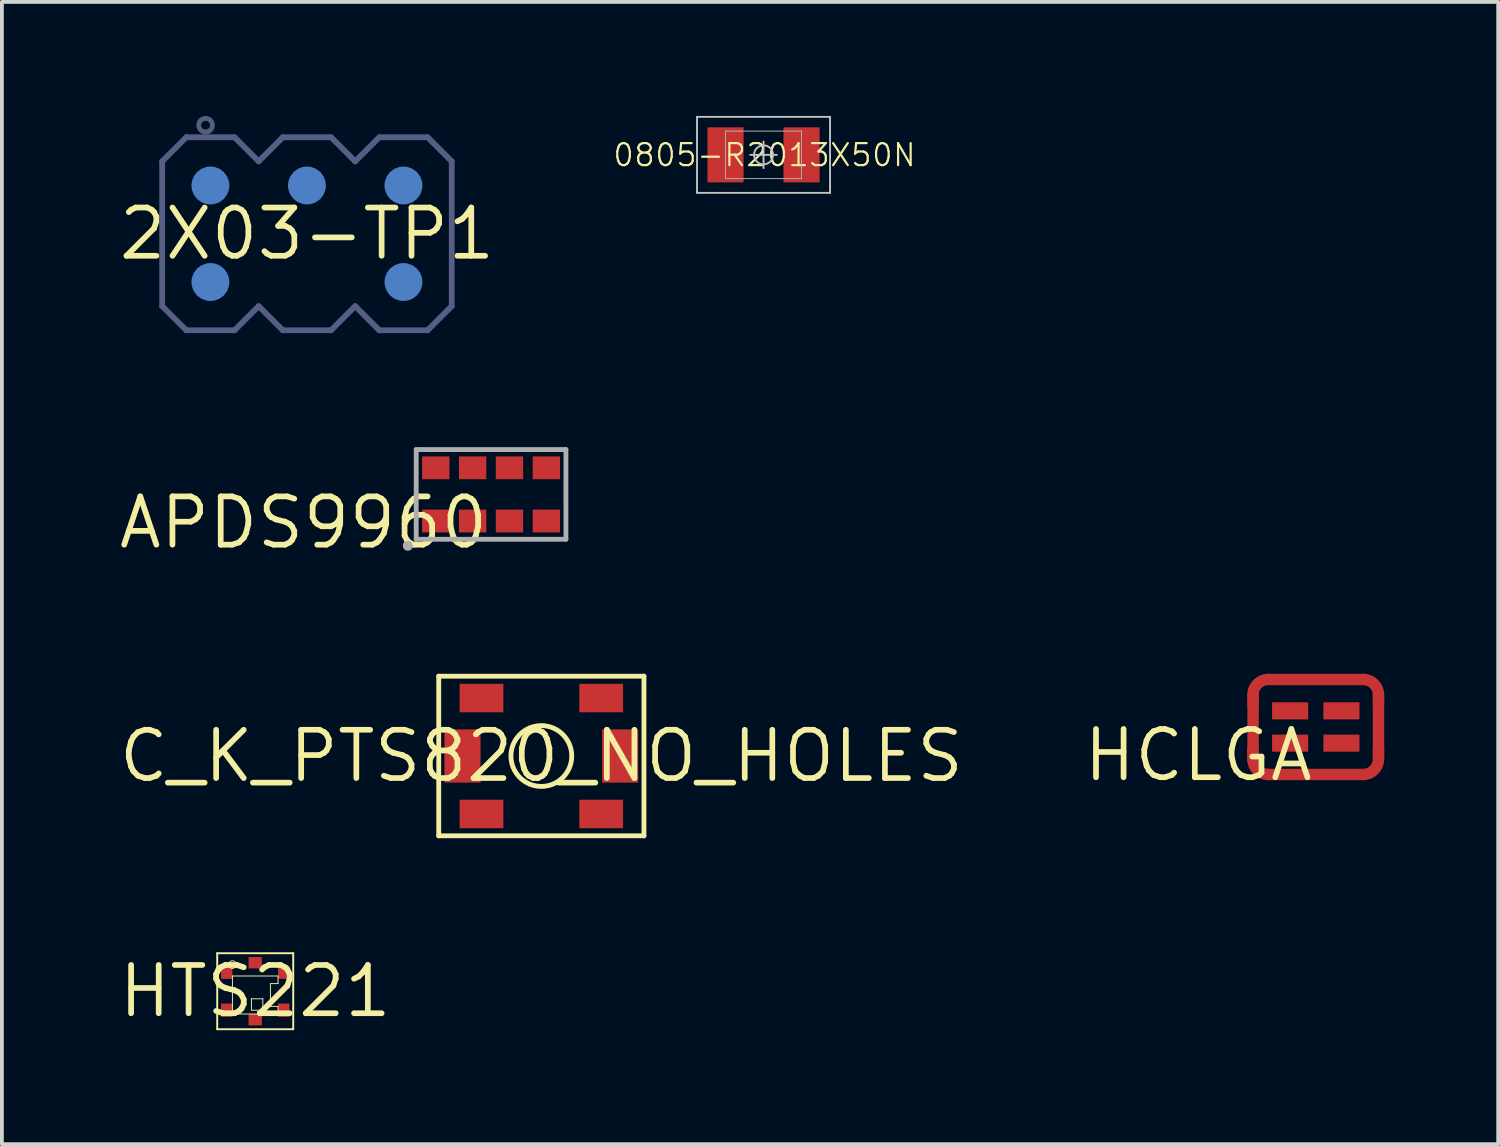
<source format=kicad_pcb>
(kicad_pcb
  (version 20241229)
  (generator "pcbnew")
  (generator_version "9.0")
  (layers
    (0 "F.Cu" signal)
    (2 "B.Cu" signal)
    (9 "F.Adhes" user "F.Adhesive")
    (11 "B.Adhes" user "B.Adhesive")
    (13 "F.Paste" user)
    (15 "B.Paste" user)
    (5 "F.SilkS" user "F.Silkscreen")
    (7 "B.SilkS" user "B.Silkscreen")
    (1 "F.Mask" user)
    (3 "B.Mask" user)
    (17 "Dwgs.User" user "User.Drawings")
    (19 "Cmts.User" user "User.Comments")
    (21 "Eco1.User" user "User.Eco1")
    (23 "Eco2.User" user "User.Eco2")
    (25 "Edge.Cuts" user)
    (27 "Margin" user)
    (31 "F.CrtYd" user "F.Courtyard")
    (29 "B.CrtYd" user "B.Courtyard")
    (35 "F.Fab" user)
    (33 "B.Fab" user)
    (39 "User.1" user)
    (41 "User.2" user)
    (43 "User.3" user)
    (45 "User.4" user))
  (footprint "HCLGA"
    (layer "F.Cu")
    (at 31.574 16.08)
    (property "Reference" "HCLGA" (at 0 0 0) (layer "F.SilkS") (effects (font (size 1.27 1.27) (thickness 0.15)) (justify right top)))
    (attr through_hole)
    (fp_line (start -1.655 0.575) (end -1.655 0.85) (stroke (width 0.3) (type solid)) (layer "F.Cu"))
    (fp_line (start -1.65 -0.855) (end -1.65 -0.58) (stroke (width 0.3) (type solid)) (layer "F.Cu"))
    (fp_line (start -1.65 -0.775) (end -1.65 0.775) (stroke (width 0.3) (type solid)) (layer "F.Cu"))
    (fp_line (start -1.255 1.25) (end -0.98 1.25) (stroke (width 0.3) (type solid)) (layer "F.Cu"))
    (fp_line (start -1.25 -1.25) (end 1.25 -1.25) (stroke (width 0.3) (type solid)) (layer "F.Cu"))
    (fp_line (start -0.975 1.25) (end 1.25 1.25) (stroke (width 0.3) (type solid)) (layer "F.Cu"))
    (fp_line (start 1.65 -0.85) (end 1.65 -0.575) (stroke (width 0.3) (type solid)) (layer "F.Cu"))
    (fp_line (start 1.65 -0.775) (end 1.65 0.775) (stroke (width 0.3) (type solid)) (layer "F.Cu"))
    (fp_line (start 1.65 0.845) (end 1.65 0.57) (stroke (width 0.3) (type solid)) (layer "F.Cu"))
    (fp_arc (start -1.65 -0.855) (mid -1.531807 -1.135343) (end -1.25 -1.25) (stroke (width 0.3) (type solid)) (layer "F.Cu"))
    (fp_arc (start -1.255 1.25) (mid -1.537843 1.132843) (end -1.655 0.85) (stroke (width 0.3) (type solid)) (layer "F.Cu"))
    (fp_arc (start 1.25 -1.25) (mid 1.532843 -1.132843) (end 1.65 -0.85) (stroke (width 0.3) (type solid)) (layer "F.Cu"))
    (fp_arc (start 1.65 0.845) (mid 1.533878 1.130343) (end 1.25 1.25) (stroke (width 0.3) (type solid)) (layer "F.Cu"))
    (fp_line (start -1.65 -0.875) (end -1.65 0.875) (stroke (width 0.3) (type solid)) (layer "F.Mask"))
    (fp_line (start -1.255 1.25) (end -0.98 1.25) (stroke (width 0.3) (type solid)) (layer "F.Mask"))
    (fp_line (start -1.25 -1.25) (end 1.25 -1.25) (stroke (width 0.3) (type solid)) (layer "F.Mask"))
    (fp_line (start -0.975 1.25) (end 1.25 1.25) (stroke (width 0.3) (type solid)) (layer "F.Mask"))
    (fp_line (start 1.65 -0.775) (end 1.65 0.775) (stroke (width 0.3) (type solid)) (layer "F.Mask"))
    (fp_line (start 1.65 0.845) (end 1.65 0.57) (stroke (width 0.3) (type solid)) (layer "F.Mask"))
    (fp_arc (start -1.65 -0.855) (mid -1.531807 -1.135343) (end -1.25 -1.25) (stroke (width 0.3) (type solid)) (layer "F.Mask"))
    (fp_arc (start -1.255 1.25) (mid -1.537843 1.132843) (end -1.655 0.85) (stroke (width 0.3) (type solid)) (layer "F.Mask"))
    (fp_arc (start 1.25 -1.25) (mid 1.532843 -1.132843) (end 1.65 -0.85) (stroke (width 0.3) (type solid)) (layer "F.Mask"))
    (fp_arc (start 1.65 0.845) (mid 1.533878 1.130343) (end 1.25 1.25) (stroke (width 0.3) (type solid)) (layer "F.Mask"))
    (pad "1" smd rect (at 0.675 -0.425) (size 0.95 0.45) (layers "F.Cu" "F.Mask" "F.Paste"))
    (pad "2" smd rect (at -0.675 -0.425) (size 0.95 0.45) (layers "F.Cu" "F.Mask" "F.Paste"))
    (pad "3" smd rect (at -0.675 0.425) (size 0.95 0.45) (layers "F.Cu" "F.Mask" "F.Paste"))
    (pad "4" smd rect (at 0.675 0.425) (size 0.95 0.45) (layers "F.Cu" "F.Mask" "F.Paste"))
    (pad "GND" smd rect (at 0 -1.25) (size 0.6 0.2) (layers "F.Cu" "F.Mask" "F.Paste"))
    (pad "GND@2" smd rect (at 0 1.25) (size 0.6 0.2) (layers "F.Cu" "F.Mask" "F.Paste"))
    (pad "GND@3" smd rect (at -1.65 0) (size 0.2 0.6) (layers "F.Cu" "F.Mask" "F.Paste"))
    (pad "GND@4" smd rect (at 1.65 0) (size 0.2 0.6) (layers "F.Cu" "F.Mask" "F.Paste")))
  (footprint "0805-R2013X50N"
    (layer "F.Cu")
    (at 17.042 1.025)
    (property "Reference" "0805-R2013X50N" (at 0.025 0.005 180) (layer "F.SilkS") (effects (font (size 0.579 0.579) (thickness 0.058))))
    (attr through_hole)
    (fp_line (start -1.75 -1) (end 1.75 -1) (stroke (width 0.05) (type solid)) (layer "Dwgs.User"))
    (fp_line (start -1.75 1) (end -1.75 -1) (stroke (width 0.05) (type solid)) (layer "Dwgs.User"))
    (fp_line (start 0 0.35) (end 0 -0.35) (stroke (width 0.05) (type solid)) (layer "Dwgs.User"))
    (fp_line (start 0.35 0) (end -0.35 0) (stroke (width 0.05) (type solid)) (layer "Dwgs.User"))
    (fp_line (start 1.75 -1) (end 1.75 1) (stroke (width 0.05) (type solid)) (layer "Dwgs.User"))
    (fp_line (start 1.75 1) (end -1.75 1) (stroke (width 0.05) (type solid)) (layer "Dwgs.User"))
    (fp_circle (center 0 0) (end 0.25 0) (stroke (width 0.05) (type solid)) (fill no) (layer "Dwgs.User"))
    (fp_line (start -1 -0.625) (end -1 0.625) (stroke (width 0.025) (type solid)) (layer "F.Fab"))
    (fp_line (start -1 0.625) (end 1 0.625) (stroke (width 0.025) (type solid)) (layer "F.Fab"))
    (fp_line (start 1 -0.625) (end -1 -0.625) (stroke (width 0.025) (type solid)) (layer "F.Fab"))
    (fp_line (start 1 0.625) (end 1 -0.625) (stroke (width 0.025) (type solid)) (layer "F.Fab"))
    (pad "1" smd roundrect (at -1 0) (size 0.95 1.45) (layers "F.Cu" "F.Mask" "F.Paste") (roundrect_rratio 0.015))
    (pad "2" smd roundrect (at 1 0) (size 0.95 1.45) (layers "F.Cu" "F.Mask" "F.Paste") (roundrect_rratio 0.015)))
  (footprint "C_K_PTS820_NO_HOLES"
    (layer "F.Cu")
    (at 11.195 16.844)
    (property "Reference" "C_K_PTS820_NO_HOLES" (at 0 0 0) (layer "F.SilkS") (effects (font (size 1.27 1.27) (thickness 0.15))))
    (attr through_hole)
    (fp_line (start -2.7 -2.1) (end -2.7 2.1) (stroke (width 0.127) (type solid)) (layer "F.SilkS"))
    (fp_line (start -2.7 2.1) (end 2.7 2.1) (stroke (width 0.127) (type solid)) (layer "F.SilkS"))
    (fp_line (start 2.7 -2.1) (end -2.7 -2.1) (stroke (width 0.127) (type solid)) (layer "F.SilkS"))
    (fp_line (start 2.7 2.1) (end 2.7 -2.1) (stroke (width 0.127) (type solid)) (layer "F.SilkS"))
    (fp_circle (center 0 0) (end 0.8 0) (stroke (width 0.127) (type solid)) (fill no) (layer "F.SilkS"))
    (pad "1" smd rect (at -1.575 -1.525 180) (size 1.15 0.75) (layers "F.Cu" "F.Mask" "F.Paste"))
    (pad "2" smd rect (at -1.575 1.525 180) (size 1.15 0.75) (layers "F.Cu" "F.Mask" "F.Paste"))
    (pad "3" smd rect (at 1.575 -1.525 180) (size 1.15 0.75) (layers "F.Cu" "F.Mask" "F.Paste"))
    (pad "4" smd rect (at 1.575 1.525 180) (size 1.15 0.75) (layers "F.Cu" "F.Mask" "F.Paste"))
    (pad "5" smd rect (at -2.075 0 90) (size 1.4 0.95) (layers "F.Cu" "F.Mask" "F.Paste"))
    (pad "6" smd rect (at 2.075 0 90) (size 1.4 0.95) (layers "F.Cu" "F.Mask" "F.Paste")))
  (footprint "HTS221"
    (layer "F.Cu")
    (at 3.666 23.033)
    (property "Reference" "HTS221" (at 0 0 0) (layer "F.SilkS") (effects (font (size 1.27 1.27) (thickness 0.15))))
    (attr through_hole)
    (fp_line (start -1 -1) (end 1 -1) (stroke (width 0.051) (type solid)) (layer "F.SilkS"))
    (fp_line (start -1 1) (end -1 -1) (stroke (width 0.051) (type solid)) (layer "F.SilkS"))
    (fp_line (start -0.6 -0.4) (end -0.6 0.6) (stroke (width 0.025) (type solid)) (layer "F.SilkS"))
    (fp_line (start -0.6 -0.4) (end 0.6 -0.4) (stroke (width 0.025) (type solid)) (layer "F.SilkS"))
    (fp_line (start -0.6 0.6) (end 0.6 0.6) (stroke (width 0.025) (type solid)) (layer "F.SilkS"))
    (fp_line (start -0.1 0.2) (end -0.1 0.5) (stroke (width 0.025) (type solid)) (layer "F.SilkS"))
    (fp_line (start -0.1 0.5) (end 0.2 0.5) (stroke (width 0.025) (type solid)) (layer "F.SilkS"))
    (fp_line (start 0.2 0.2) (end -0.1 0.2) (stroke (width 0.025) (type solid)) (layer "F.SilkS"))
    (fp_line (start 0.2 0.5) (end 0.2 0.2) (stroke (width 0.025) (type solid)) (layer "F.SilkS"))
    (fp_line (start 0.4 -0.2) (end 0.4 0.4) (stroke (width 0.025) (type solid)) (layer "F.SilkS"))
    (fp_line (start 0.4 0.4) (end 0.6 0.4) (stroke (width 0.025) (type solid)) (layer "F.SilkS"))
    (fp_line (start 0.6 -0.4) (end 0.6 -0.2) (stroke (width 0.025) (type solid)) (layer "F.SilkS"))
    (fp_line (start 0.6 -0.2) (end 0.4 -0.2) (stroke (width 0.025) (type solid)) (layer "F.SilkS"))
    (fp_line (start 0.6 0.4) (end 0.6 0.6) (stroke (width 0.025) (type solid)) (layer "F.SilkS"))
    (fp_line (start 1 -1) (end 1 1) (stroke (width 0.051) (type solid)) (layer "F.SilkS"))
    (fp_line (start 1 1) (end -1 1) (stroke (width 0.051) (type solid)) (layer "F.SilkS"))
    (fp_circle (center -0.6 -0.7) (end -0.5 -0.7) (stroke (width 0.025) (type solid)) (fill no) (layer "F.SilkS"))
    (pad "P$1.VDD" smd rect (at -0.75 -0.5 180) (size 0.3 0.35) (layers "F.Cu" "F.Mask" "F.Paste"))
    (pad "P$2.SCL/SPC" smd rect (at -0.75 0.5 180) (size 0.3 0.35) (layers "F.Cu" "F.Mask" "F.Paste"))
    (pad "P$3.DRDY" smd rect (at 0 0.75 90) (size 0.3 0.35) (layers "F.Cu" "F.Mask" "F.Paste"))
    (pad "P$4.SDA/SDI/SDO" smd rect (at 0.75 0.5 180) (size 0.3 0.35) (layers "F.Cu" "F.Mask" "F.Paste"))
    (pad "P$5.GND" smd rect (at 0.75 -0.5 180) (size 0.3 0.35) (layers "F.Cu" "F.Mask" "F.Paste"))
    (pad "P$6.CS" smd rect (at 0 -0.75 90) (size 0.3 0.35) (layers "F.Cu" "F.Mask" "F.Paste")))
  (footprint "APDS9960"
    (layer "F.Cu")
    (at 9.872 9.96)
    (property "Reference" "APDS9960" (at 0 0 0) (layer "F.SilkS") (effects (font (size 1.27 1.27) (thickness 0.15)) (justify right top)))
    (attr through_hole)
    (fp_line (start -1.97 -1.18) (end 1.97 -1.18) (stroke (width 0.127) (type solid)) (layer "F.Fab"))
    (fp_line (start -1.97 1.18) (end -1.97 -1.18) (stroke (width 0.127) (type solid)) (layer "F.Fab"))
    (fp_line (start 1.97 -1.18) (end 1.97 1.18) (stroke (width 0.127) (type solid)) (layer "F.Fab"))
    (fp_line (start 1.97 1.18) (end -1.97 1.18) (stroke (width 0.127) (type solid)) (layer "F.Fab"))
    (fp_circle (center -2.19 1.35) (end -2.12 1.35) (stroke (width 0.127) (type solid)) (fill no) (layer "F.Fab"))
    (pad "1" smd rect (at -1.455 -0.7 90) (size 0.6 0.72) (layers "F.Cu" "F.Mask" "F.Paste"))
    (pad "2" smd rect (at -0.485 -0.7 90) (size 0.6 0.72) (layers "F.Cu" "F.Mask" "F.Paste"))
    (pad "3" smd rect (at 0.485 -0.7 90) (size 0.6 0.72) (layers "F.Cu" "F.Mask" "F.Paste"))
    (pad "4" smd rect (at 1.455 -0.7 90) (size 0.6 0.72) (layers "F.Cu" "F.Mask" "F.Paste"))
    (pad "5" smd rect (at 1.455 0.7 90) (size 0.6 0.72) (layers "F.Cu" "F.Mask" "F.Paste"))
    (pad "6" smd rect (at 0.485 0.7 90) (size 0.6 0.72) (layers "F.Cu" "F.Mask" "F.Paste"))
    (pad "7" smd rect (at -0.485 0.7 90) (size 0.6 0.72) (layers "F.Cu" "F.Mask" "F.Paste"))
    (pad "8" smd rect (at -1.455 0.7 90) (size 0.6 0.72) (layers "F.Cu" "F.Mask" "F.Paste")))
  (footprint "2X03-TP1"
    (layer "F.Cu")
    (at 5.027 3.101)
    (property "Reference" "2X03-TP1" (at 0 0 0) (layer "F.SilkS") (effects (font (size 1.27 1.27) (thickness 0.15))))
    (attr through_hole)
    (fp_line (start -3.81 1.905) (end -3.81 -1.905) (stroke (width 0.152) (type solid)) (layer "B.Fab"))
    (fp_line (start -3.175 -2.54) (end -3.81 -1.905) (stroke (width 0.152) (type solid)) (layer "B.Fab"))
    (fp_line (start -3.175 2.54) (end -3.81 1.905) (stroke (width 0.152) (type solid)) (layer "B.Fab"))
    (fp_line (start -1.905 -2.54) (end -3.175 -2.54) (stroke (width 0.152) (type solid)) (layer "B.Fab"))
    (fp_line (start -1.905 2.54) (end -3.175 2.54) (stroke (width 0.152) (type solid)) (layer "B.Fab"))
    (fp_line (start -1.27 -1.905) (end -1.905 -2.54) (stroke (width 0.152) (type solid)) (layer "B.Fab"))
    (fp_line (start -1.27 1.905) (end -1.905 2.54) (stroke (width 0.152) (type solid)) (layer "B.Fab"))
    (fp_line (start -0.635 -2.54) (end -1.27 -1.905) (stroke (width 0.152) (type solid)) (layer "B.Fab"))
    (fp_line (start -0.635 2.54) (end -1.27 1.905) (stroke (width 0.152) (type solid)) (layer "B.Fab"))
    (fp_line (start 0.635 -2.54) (end -0.635 -2.54) (stroke (width 0.152) (type solid)) (layer "B.Fab"))
    (fp_line (start 0.635 2.54) (end -0.635 2.54) (stroke (width 0.152) (type solid)) (layer "B.Fab"))
    (fp_line (start 1.27 -1.905) (end 0.635 -2.54) (stroke (width 0.152) (type solid)) (layer "B.Fab"))
    (fp_line (start 1.27 1.905) (end 0.635 2.54) (stroke (width 0.152) (type solid)) (layer "B.Fab"))
    (fp_line (start 1.905 -2.54) (end 1.27 -1.905) (stroke (width 0.152) (type solid)) (layer "B.Fab"))
    (fp_line (start 1.905 2.54) (end 1.27 1.905) (stroke (width 0.152) (type solid)) (layer "B.Fab"))
    (fp_line (start 3.175 -2.54) (end 1.905 -2.54) (stroke (width 0.152) (type solid)) (layer "B.Fab"))
    (fp_line (start 3.175 2.54) (end 1.905 2.54) (stroke (width 0.152) (type solid)) (layer "B.Fab"))
    (fp_line (start 3.81 -1.905) (end 3.175 -2.54) (stroke (width 0.152) (type solid)) (layer "B.Fab"))
    (fp_line (start 3.81 -1.905) (end 3.81 1.905) (stroke (width 0.152) (type solid)) (layer "B.Fab"))
    (fp_line (start 3.81 1.905) (end 3.175 2.54) (stroke (width 0.152) (type solid)) (layer "B.Fab"))
    (fp_circle (center -2.667 -2.857) (end -2.487 -2.857) (stroke (width 0.127) (type solid)) (fill no) (layer "B.Fab"))
    (pad "1" smd roundrect (at -2.54 -1.27) (size 1 1) (layers "B.Cu" "B.Mask") (roundrect_rratio 0.5))
    (pad "2" smd roundrect (at -2.54 1.27) (size 1 1) (layers "B.Cu" "B.Mask") (roundrect_rratio 0.5))
    (pad "3" smd roundrect (at 0 -1.27) (size 1 1) (layers "B.Cu" "B.Mask") (roundrect_rratio 0.5))
    (pad "5" smd roundrect (at 2.54 -1.27) (size 1 1) (layers "B.Cu" "B.Mask") (roundrect_rratio 0.5))
    (pad "6" smd roundrect (at 2.54 1.27) (size 1 1) (layers "B.Cu" "B.Mask") (roundrect_rratio 0.5)))
  (gr_rect
    (start -3 -3)
    (end 36.374 27.058)
    (stroke (width 0.1) (type default))
    (fill no)
    (layer "Edge.Cuts")))
</source>
